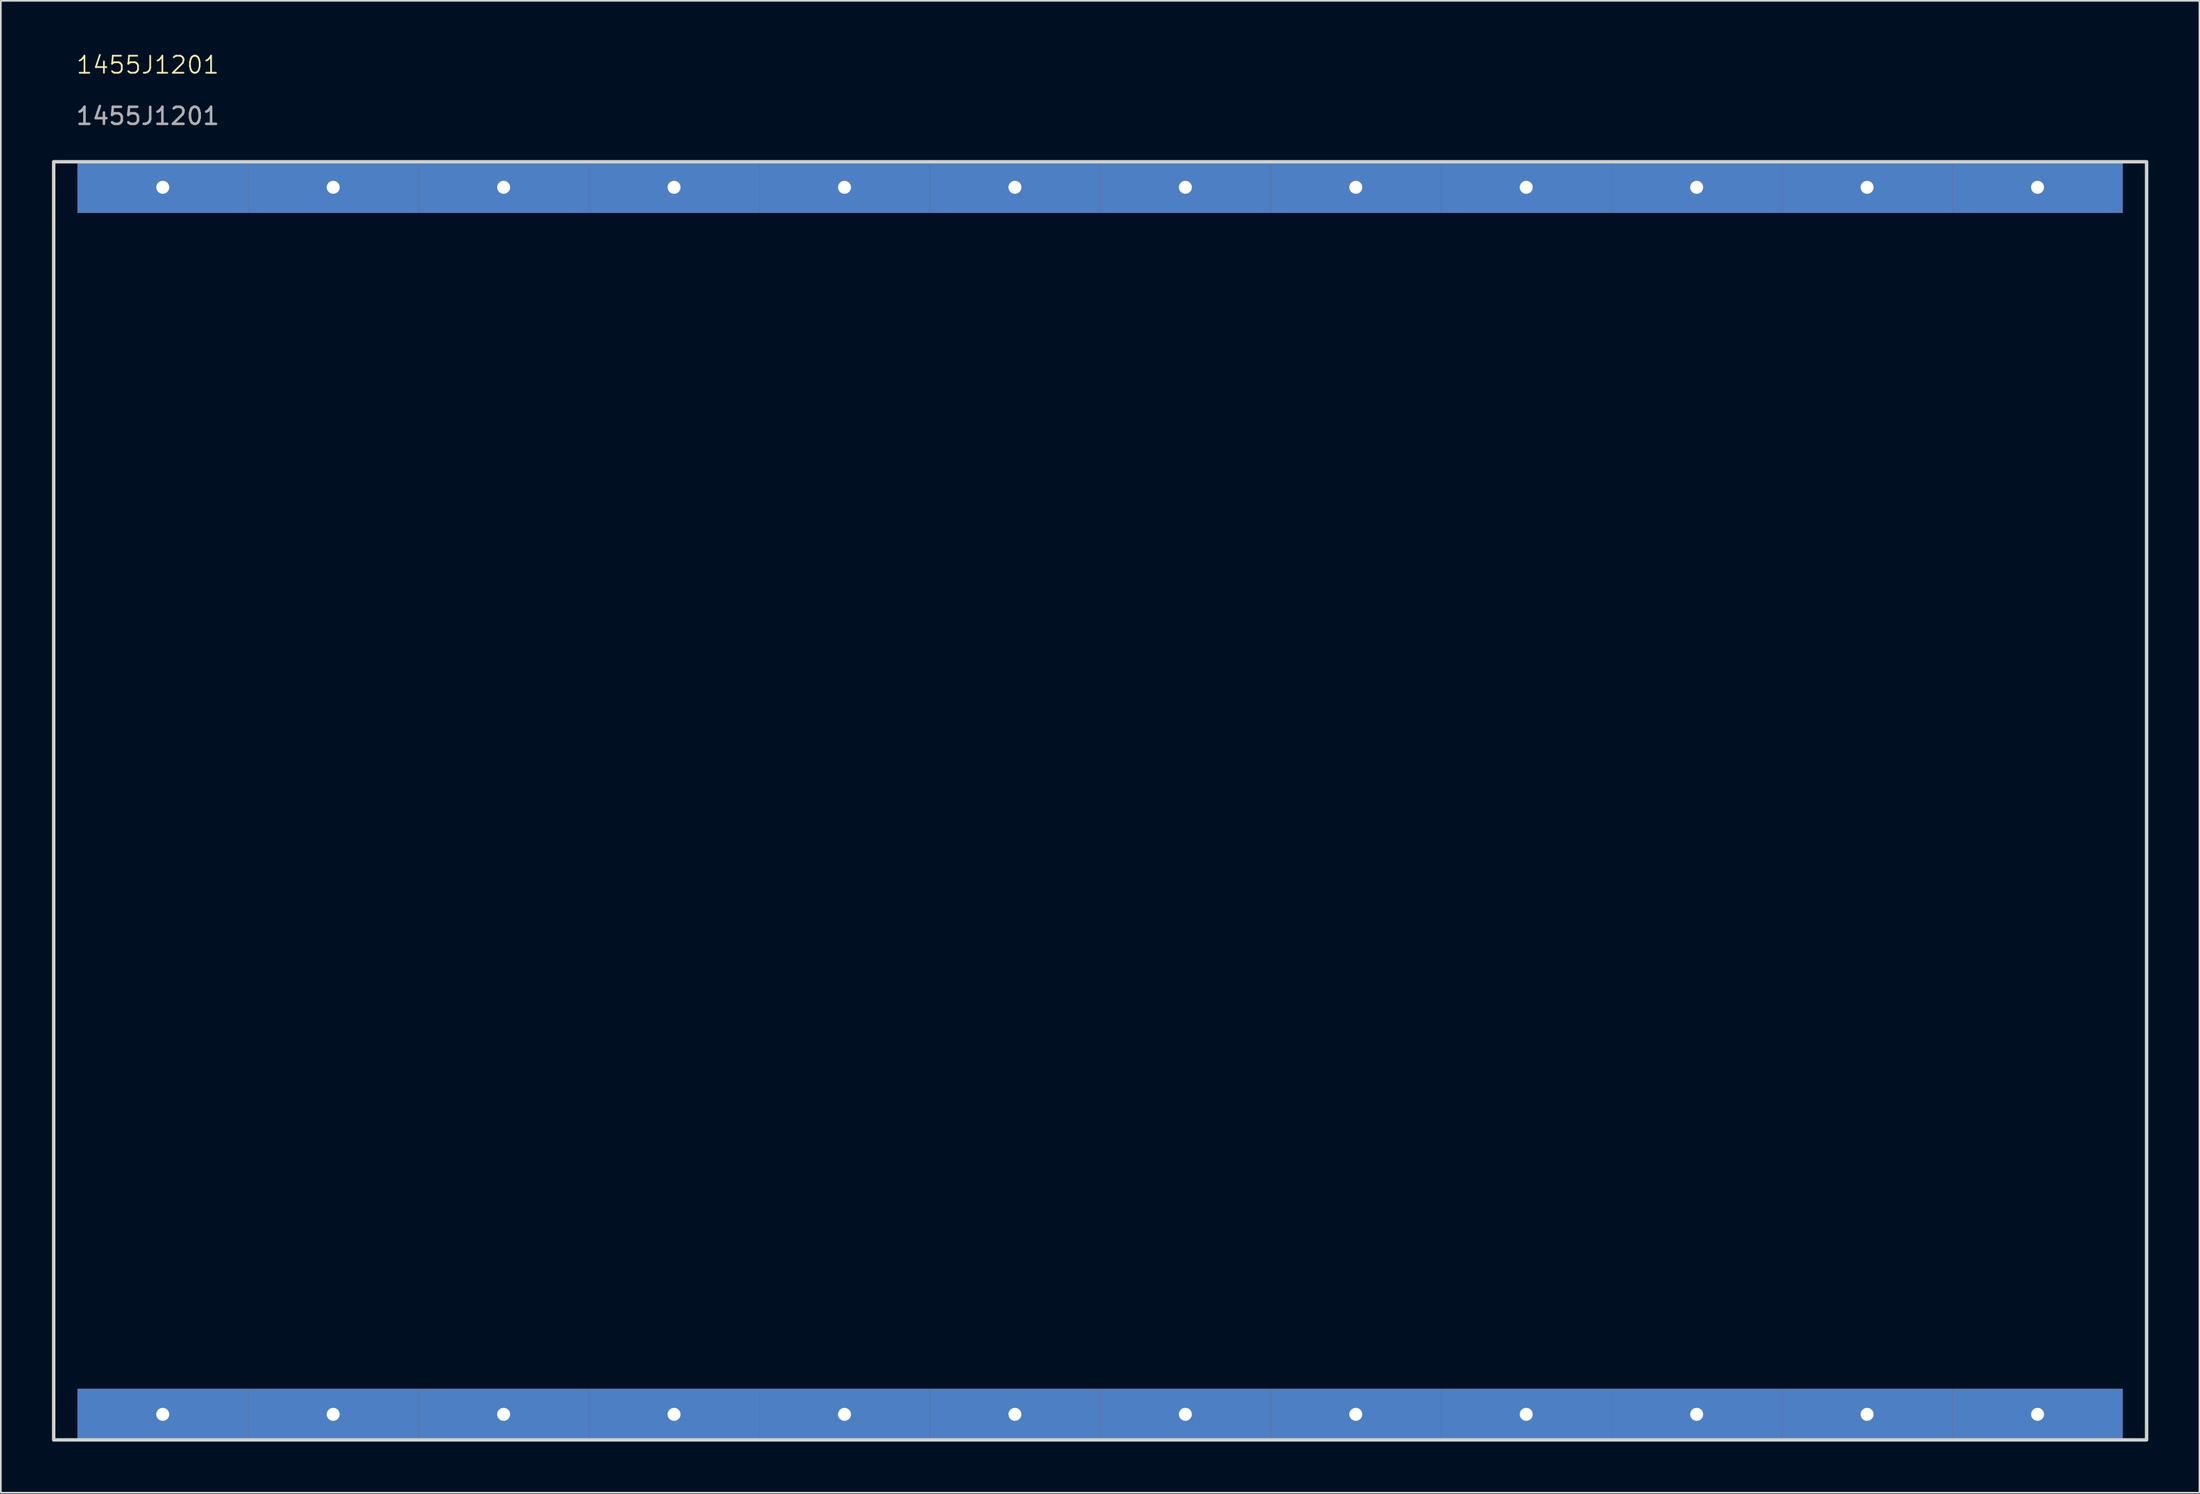
<source format=kicad_pcb>
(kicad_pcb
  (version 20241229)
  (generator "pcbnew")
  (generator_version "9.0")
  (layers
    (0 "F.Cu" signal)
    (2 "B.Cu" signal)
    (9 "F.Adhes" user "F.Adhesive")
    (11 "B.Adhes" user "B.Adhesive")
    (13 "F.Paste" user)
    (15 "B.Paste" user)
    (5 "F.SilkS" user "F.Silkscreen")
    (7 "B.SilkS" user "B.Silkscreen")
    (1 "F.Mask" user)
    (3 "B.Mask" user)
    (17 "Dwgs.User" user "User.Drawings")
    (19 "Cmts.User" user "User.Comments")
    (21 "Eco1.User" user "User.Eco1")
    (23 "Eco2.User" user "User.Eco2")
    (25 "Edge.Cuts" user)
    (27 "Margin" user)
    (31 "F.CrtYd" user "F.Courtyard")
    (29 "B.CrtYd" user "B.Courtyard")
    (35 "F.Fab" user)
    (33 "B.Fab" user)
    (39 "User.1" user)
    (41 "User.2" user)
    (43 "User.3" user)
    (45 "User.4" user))
  (footprint "1455J1201"
    (layer "F.Cu")
    (at 61.5 43.941)
    (property "Reference" "1455J1201" (at -55.88 -43.18 0) (unlocked yes) (layer "F.SilkS") (effects (font (size 1 1) (thickness 0.1))))
    (fp_rect (start -61.4 -37.5) (end 61.4 37.5) (stroke (width 0.2) (type default)) (fill no) (layer "Edge.Cuts"))
    (fp_text user "${REFERENCE}" (at -55.88 -40.18 0) (unlocked yes) (layer "F.Fab") (effects (font (size 1 1) (thickness 0.15))))
    (pad "1" thru_hole rect (at -55 -36) (size 10 3) (drill 0.762) (layers "*.Cu" "*.Mask"))
    (pad "1" thru_hole rect (at -55 36) (size 10 3) (drill 0.762) (layers "*.Cu" "*.Mask"))
    (pad "1" thru_hole rect (at -45 -36) (size 10 3) (drill 0.762) (layers "*.Cu" "*.Mask"))
    (pad "1" thru_hole rect (at -45 36) (size 10 3) (drill 0.762) (layers "*.Cu" "*.Mask"))
    (pad "1" thru_hole rect (at -35 -36) (size 10 3) (drill 0.762) (layers "*.Cu" "*.Mask"))
    (pad "1" thru_hole rect (at -35 36) (size 10 3) (drill 0.762) (layers "*.Cu" "*.Mask"))
    (pad "1" thru_hole rect (at -25 -36) (size 10 3) (drill 0.762) (layers "*.Cu" "*.Mask"))
    (pad "1" thru_hole rect (at -25 36) (size 10 3) (drill 0.762) (layers "*.Cu" "*.Mask"))
    (pad "1" thru_hole rect (at -15 -36) (size 10 3) (drill 0.762) (layers "*.Cu" "*.Mask"))
    (pad "1" thru_hole rect (at -15 36) (size 10 3) (drill 0.762) (layers "*.Cu" "*.Mask"))
    (pad "1" thru_hole rect (at -5 -36) (size 10 3) (drill 0.762) (layers "*.Cu" "*.Mask"))
    (pad "1" thru_hole rect (at -5 36) (size 10 3) (drill 0.762) (layers "*.Cu" "*.Mask"))
    (pad "1" thru_hole rect (at 5 -36) (size 10 3) (drill 0.762) (layers "*.Cu" "*.Mask"))
    (pad "1" thru_hole rect (at 5 36) (size 10 3) (drill 0.762) (layers "*.Cu" "*.Mask"))
    (pad "1" thru_hole rect (at 15 -36) (size 10 3) (drill 0.762) (layers "*.Cu" "*.Mask"))
    (pad "1" thru_hole rect (at 15 36) (size 10 3) (drill 0.762) (layers "*.Cu" "*.Mask"))
    (pad "1" thru_hole rect (at 25 -36) (size 10 3) (drill 0.762) (layers "*.Cu" "*.Mask"))
    (pad "1" thru_hole rect (at 25 36) (size 10 3) (drill 0.762) (layers "*.Cu" "*.Mask"))
    (pad "1" thru_hole rect (at 35 -36) (size 10 3) (drill 0.762) (layers "*.Cu" "*.Mask"))
    (pad "1" thru_hole rect (at 35 36) (size 10 3) (drill 0.762) (layers "*.Cu" "*.Mask"))
    (pad "1" thru_hole rect (at 45 -36) (size 10 3) (drill 0.762) (layers "*.Cu" "*.Mask"))
    (pad "1" thru_hole rect (at 45 36) (size 10 3) (drill 0.762) (layers "*.Cu" "*.Mask"))
    (pad "1" thru_hole rect (at 55 -36) (size 10 3) (drill 0.762) (layers "*.Cu" "*.Mask"))
    (pad "1" thru_hole rect (at 55 36) (size 10 3) (drill 0.762) (layers "*.Cu" "*.Mask")))
  (gr_rect
    (start -3 -3)
    (end 126 84.54)
    (stroke (width 0.1) (type default))
    (fill no)
    (layer "Edge.Cuts")))
</source>
